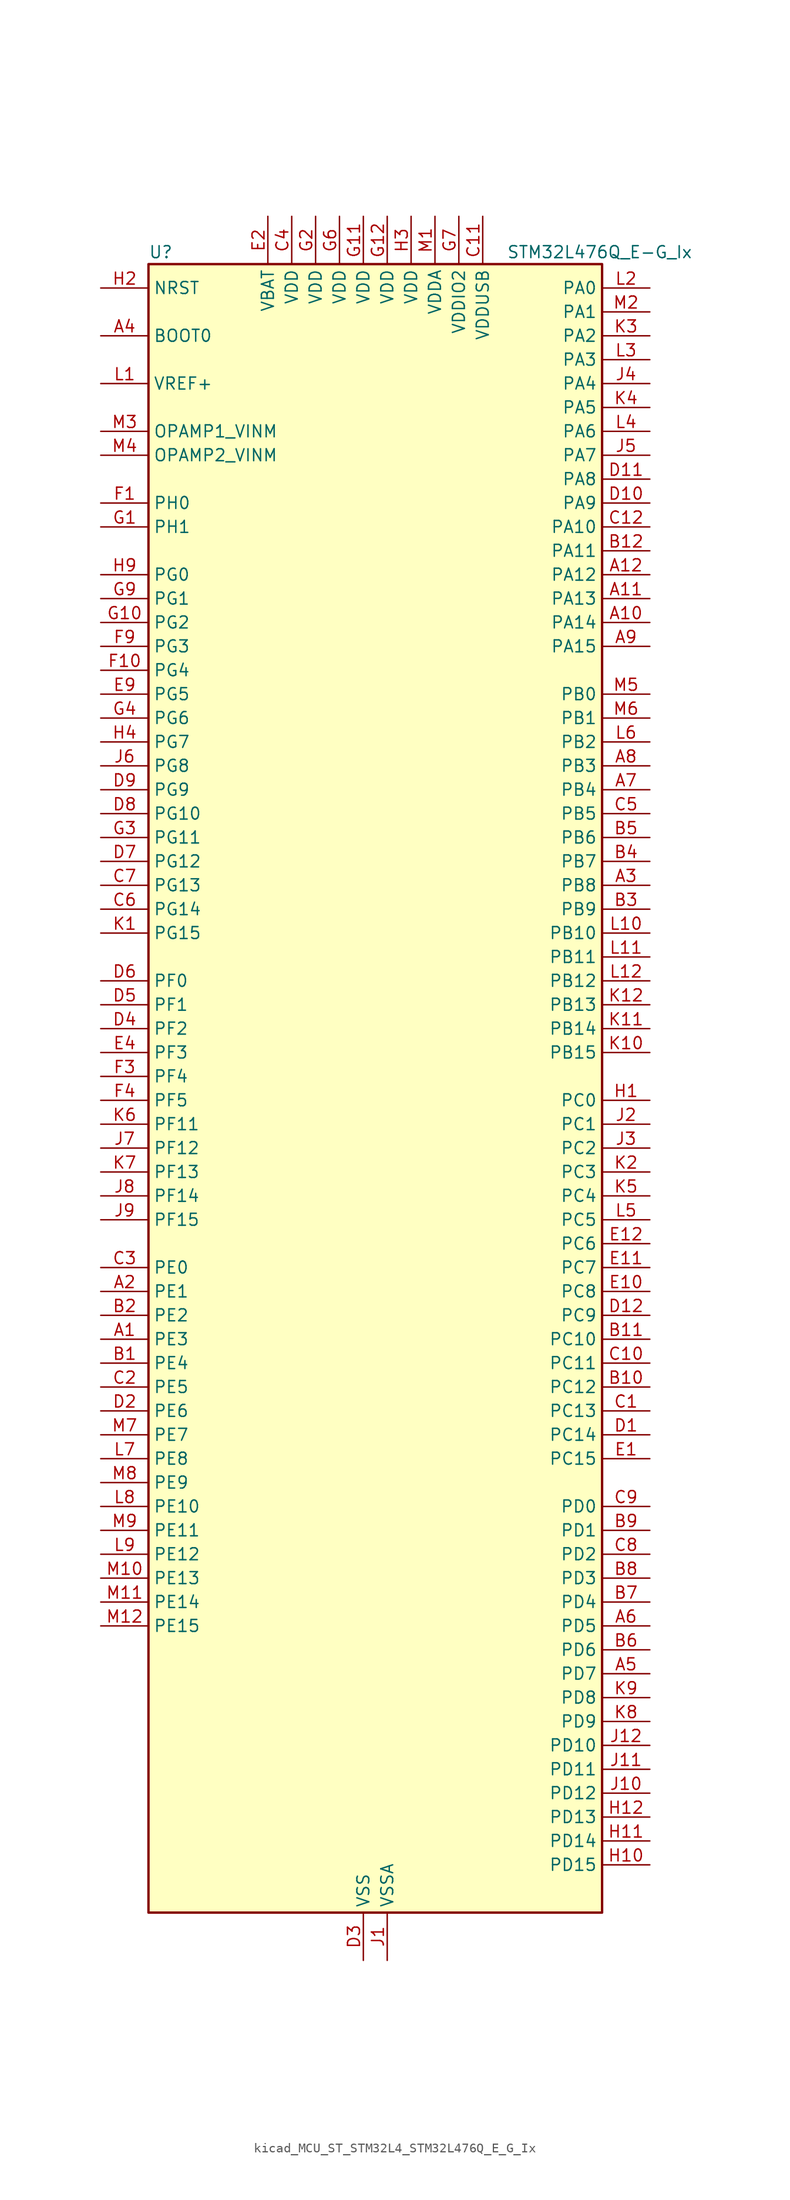
<source format=kicad_sym>
(kicad_symbol_lib
  (version 20220914)
  (generator kicad_symbol_editor)
  (symbol "kicad_MCU_ST_STM32L4_STM32L476Q_E_G_Ix"
    (property "Reference" "U"
      (at -22.86 90.17 0)
      (effects (font (size 1.27 1.27)) (justify left)))
    (property "Value" "STM32L476Q_E-G_Ix"
      (at 15.24 90.17 0)
      (effects (font (size 1.27 1.27)) (justify left)))
    (property "ki_locked" ""
      (at 0 0 0)
      (effects (font (size 1.27 1.27))))
    (symbol "kicad_MCU_ST_STM32L4_STM32L476Q_E_G_Ix_0_1"
      (rectangle (start -22.86 -86.36) (end 25.4 88.9) (stroke (width 0.254) (type default)) (fill (type background))))
    (symbol "kicad_MCU_ST_STM32L4_STM32L476Q_E_G_Ix_1_1"
      (pin bidirectional line (at -27.94 -25.4 0) (length 5.08) (name "PE3" (effects (font (size 1.27 1.27)))) (number "A1" (effects (font (size 1.27 1.27)))) (alternate "FMC_A19" bidirectional line) (alternate "LCD_SEG39" bidirectional line) (alternate "SAI1_SD_B" bidirectional line) (alternate "SYS_TRACED0" bidirectional line) (alternate "TIM3_CH1" bidirectional line) (alternate "TSC_G7_IO2" bidirectional line))
      (pin bidirectional line (at 30.48 50.8 180) (length 5.08) (name "PA14" (effects (font (size 1.27 1.27)))) (number "A10" (effects (font (size 1.27 1.27)))) (alternate "SYS_JTCK-SWCLK" bidirectional line))
      (pin bidirectional line (at 30.48 53.34 180) (length 5.08) (name "PA13" (effects (font (size 1.27 1.27)))) (number "A11" (effects (font (size 1.27 1.27)))) (alternate "IR_OUT" bidirectional line) (alternate "SYS_JTMS-SWDIO" bidirectional line) (alternate "USB_OTG_FS_NOE" bidirectional line))
      (pin bidirectional line (at 30.48 55.88 180) (length 5.08) (name "PA12" (effects (font (size 1.27 1.27)))) (number "A12" (effects (font (size 1.27 1.27)))) (alternate "CAN1_TX" bidirectional line) (alternate "TIM1_ETR" bidirectional line) (alternate "USART1_DE" bidirectional line) (alternate "USART1_RTS" bidirectional line) (alternate "USB_OTG_FS_DP" bidirectional line))
      (pin bidirectional line (at -27.94 -20.32 0) (length 5.08) (name "PE1" (effects (font (size 1.27 1.27)))) (number "A2" (effects (font (size 1.27 1.27)))) (alternate "FMC_NBL1" bidirectional line) (alternate "LCD_SEG37" bidirectional line) (alternate "TIM17_CH1" bidirectional line))
      (pin bidirectional line (at 30.48 22.86 180) (length 5.08) (name "PB8" (effects (font (size 1.27 1.27)))) (number "A3" (effects (font (size 1.27 1.27)))) (alternate "CAN1_RX" bidirectional line) (alternate "DFSDM1_DATIN6" bidirectional line) (alternate "I2C1_SCL" bidirectional line) (alternate "LCD_SEG16" bidirectional line) (alternate "SAI1_MCLK_A" bidirectional line) (alternate "SDMMC1_D4" bidirectional line) (alternate "TIM16_CH1" bidirectional line) (alternate "TIM4_CH3" bidirectional line))
      (pin input line (at -27.94 81.28 0) (length 5.08) (name "BOOT0" (effects (font (size 1.27 1.27)))) (number "A4" (effects (font (size 1.27 1.27)))))
      (pin bidirectional line (at 30.48 -60.96 180) (length 5.08) (name "PD7" (effects (font (size 1.27 1.27)))) (number "A5" (effects (font (size 1.27 1.27)))) (alternate "DFSDM1_CKIN1" bidirectional line) (alternate "FMC_NE1" bidirectional line) (alternate "USART2_CK" bidirectional line))
      (pin bidirectional line (at 30.48 -55.88 180) (length 5.08) (name "PD5" (effects (font (size 1.27 1.27)))) (number "A6" (effects (font (size 1.27 1.27)))) (alternate "FMC_NWE" bidirectional line) (alternate "USART2_TX" bidirectional line))
      (pin bidirectional line (at 30.48 33.02 180) (length 5.08) (name "PB4" (effects (font (size 1.27 1.27)))) (number "A7" (effects (font (size 1.27 1.27)))) (alternate "COMP2_INP" bidirectional line) (alternate "LCD_SEG8" bidirectional line) (alternate "SAI1_MCLK_B" bidirectional line) (alternate "SPI1_MISO" bidirectional line) (alternate "SPI3_MISO" bidirectional line) (alternate "SYS_JTRST" bidirectional line) (alternate "TIM17_BKIN" bidirectional line) (alternate "TIM3_CH1" bidirectional line) (alternate "TSC_G2_IO1" bidirectional line) (alternate "UART5_DE" bidirectional line) (alternate "UART5_RTS" bidirectional line) (alternate "USART1_CTS" bidirectional line))
      (pin bidirectional line (at 30.48 35.56 180) (length 5.08) (name "PB3" (effects (font (size 1.27 1.27)))) (number "A8" (effects (font (size 1.27 1.27)))) (alternate "COMP2_INM" bidirectional line) (alternate "LCD_SEG7" bidirectional line) (alternate "SAI1_SCK_B" bidirectional line) (alternate "SPI1_SCK" bidirectional line) (alternate "SPI3_SCK" bidirectional line) (alternate "SYS_JTDO-SWO" bidirectional line) (alternate "TIM2_CH2" bidirectional line) (alternate "USART1_DE" bidirectional line) (alternate "USART1_RTS" bidirectional line))
      (pin bidirectional line (at 30.48 48.26 180) (length 5.08) (name "PA15" (effects (font (size 1.27 1.27)))) (number "A9" (effects (font (size 1.27 1.27)))) (alternate "ADC1_EXTI15" bidirectional line) (alternate "ADC2_EXTI15" bidirectional line) (alternate "ADC3_EXTI15" bidirectional line) (alternate "LCD_SEG17" bidirectional line) (alternate "SAI2_FS_B" bidirectional line) (alternate "SPI1_NSS" bidirectional line) (alternate "SPI3_NSS" bidirectional line) (alternate "SYS_JTDI" bidirectional line) (alternate "TIM2_CH1" bidirectional line) (alternate "TIM2_ETR" bidirectional line) (alternate "TSC_G3_IO1" bidirectional line) (alternate "UART4_DE" bidirectional line) (alternate "UART4_RTS" bidirectional line))
      (pin bidirectional line (at -27.94 -27.94 0) (length 5.08) (name "PE4" (effects (font (size 1.27 1.27)))) (number "B1" (effects (font (size 1.27 1.27)))) (alternate "DFSDM1_DATIN3" bidirectional line) (alternate "FMC_A20" bidirectional line) (alternate "SAI1_FS_A" bidirectional line) (alternate "SYS_TRACED1" bidirectional line) (alternate "TIM3_CH2" bidirectional line) (alternate "TSC_G7_IO3" bidirectional line))
      (pin bidirectional line (at 30.48 -30.48 180) (length 5.08) (name "PC12" (effects (font (size 1.27 1.27)))) (number "B10" (effects (font (size 1.27 1.27)))) (alternate "LCD_COM6" bidirectional line) (alternate "LCD_SEG30" bidirectional line) (alternate "LCD_SEG42" bidirectional line) (alternate "SAI2_SD_B" bidirectional line) (alternate "SDMMC1_CK" bidirectional line) (alternate "SPI3_MOSI" bidirectional line) (alternate "TSC_G3_IO4" bidirectional line) (alternate "UART5_TX" bidirectional line) (alternate "USART3_CK" bidirectional line))
      (pin bidirectional line (at 30.48 -25.4 180) (length 5.08) (name "PC10" (effects (font (size 1.27 1.27)))) (number "B11" (effects (font (size 1.27 1.27)))) (alternate "LCD_COM4" bidirectional line) (alternate "LCD_SEG28" bidirectional line) (alternate "LCD_SEG40" bidirectional line) (alternate "SAI2_SCK_B" bidirectional line) (alternate "SDMMC1_D2" bidirectional line) (alternate "SPI3_SCK" bidirectional line) (alternate "TSC_G3_IO2" bidirectional line) (alternate "UART4_TX" bidirectional line) (alternate "USART3_TX" bidirectional line))
      (pin bidirectional line (at 30.48 58.42 180) (length 5.08) (name "PA11" (effects (font (size 1.27 1.27)))) (number "B12" (effects (font (size 1.27 1.27)))) (alternate "ADC1_EXTI11" bidirectional line) (alternate "ADC2_EXTI11" bidirectional line) (alternate "ADC3_EXTI11" bidirectional line) (alternate "CAN1_RX" bidirectional line) (alternate "TIM1_BKIN2" bidirectional line) (alternate "TIM1_BKIN2_COMP1" bidirectional line) (alternate "TIM1_CH4" bidirectional line) (alternate "USART1_CTS" bidirectional line) (alternate "USB_OTG_FS_DM" bidirectional line))
      (pin bidirectional line (at -27.94 -22.86 0) (length 5.08) (name "PE2" (effects (font (size 1.27 1.27)))) (number "B2" (effects (font (size 1.27 1.27)))) (alternate "FMC_A23" bidirectional line) (alternate "LCD_SEG38" bidirectional line) (alternate "SAI1_MCLK_A" bidirectional line) (alternate "SYS_TRACECLK" bidirectional line) (alternate "TIM3_ETR" bidirectional line) (alternate "TSC_G7_IO1" bidirectional line))
      (pin bidirectional line (at 30.48 20.32 180) (length 5.08) (name "PB9" (effects (font (size 1.27 1.27)))) (number "B3" (effects (font (size 1.27 1.27)))) (alternate "CAN1_TX" bidirectional line) (alternate "DAC1_EXTI9" bidirectional line) (alternate "DFSDM1_CKIN6" bidirectional line) (alternate "I2C1_SDA" bidirectional line) (alternate "IR_OUT" bidirectional line) (alternate "LCD_COM3" bidirectional line) (alternate "SAI1_FS_A" bidirectional line) (alternate "SDMMC1_D5" bidirectional line) (alternate "SPI2_NSS" bidirectional line) (alternate "TIM17_CH1" bidirectional line) (alternate "TIM4_CH4" bidirectional line))
      (pin bidirectional line (at 30.48 25.4 180) (length 5.08) (name "PB7" (effects (font (size 1.27 1.27)))) (number "B4" (effects (font (size 1.27 1.27)))) (alternate "COMP2_INM" bidirectional line) (alternate "DFSDM1_CKIN5" bidirectional line) (alternate "FMC_NL" bidirectional line) (alternate "I2C1_SDA" bidirectional line) (alternate "LCD_SEG21" bidirectional line) (alternate "LPTIM1_IN2" bidirectional line) (alternate "SYS_PVD_IN" bidirectional line) (alternate "TIM17_CH1N" bidirectional line) (alternate "TIM4_CH2" bidirectional line) (alternate "TIM8_BKIN" bidirectional line) (alternate "TIM8_BKIN_COMP1" bidirectional line) (alternate "TSC_G2_IO4" bidirectional line) (alternate "UART4_CTS" bidirectional line) (alternate "USART1_RX" bidirectional line))
      (pin bidirectional line (at 30.48 27.94 180) (length 5.08) (name "PB6" (effects (font (size 1.27 1.27)))) (number "B5" (effects (font (size 1.27 1.27)))) (alternate "COMP2_INP" bidirectional line) (alternate "DFSDM1_DATIN5" bidirectional line) (alternate "I2C1_SCL" bidirectional line) (alternate "LPTIM1_ETR" bidirectional line) (alternate "SAI1_FS_B" bidirectional line) (alternate "TIM16_CH1N" bidirectional line) (alternate "TIM4_CH1" bidirectional line) (alternate "TIM8_BKIN2" bidirectional line) (alternate "TIM8_BKIN2_COMP2" bidirectional line) (alternate "TSC_G2_IO3" bidirectional line) (alternate "USART1_TX" bidirectional line))
      (pin bidirectional line (at 30.48 -58.42 180) (length 5.08) (name "PD6" (effects (font (size 1.27 1.27)))) (number "B6" (effects (font (size 1.27 1.27)))) (alternate "DFSDM1_DATIN1" bidirectional line) (alternate "FMC_NWAIT" bidirectional line) (alternate "SAI1_SD_A" bidirectional line) (alternate "USART2_RX" bidirectional line))
      (pin bidirectional line (at 30.48 -53.34 180) (length 5.08) (name "PD4" (effects (font (size 1.27 1.27)))) (number "B7" (effects (font (size 1.27 1.27)))) (alternate "DFSDM1_CKIN0" bidirectional line) (alternate "FMC_NOE" bidirectional line) (alternate "SPI2_MOSI" bidirectional line) (alternate "USART2_DE" bidirectional line) (alternate "USART2_RTS" bidirectional line))
      (pin bidirectional line (at 30.48 -50.8 180) (length 5.08) (name "PD3" (effects (font (size 1.27 1.27)))) (number "B8" (effects (font (size 1.27 1.27)))) (alternate "DFSDM1_DATIN0" bidirectional line) (alternate "FMC_CLK" bidirectional line) (alternate "SPI2_MISO" bidirectional line) (alternate "USART2_CTS" bidirectional line))
      (pin bidirectional line (at 30.48 -45.72 180) (length 5.08) (name "PD1" (effects (font (size 1.27 1.27)))) (number "B9" (effects (font (size 1.27 1.27)))) (alternate "CAN1_TX" bidirectional line) (alternate "DFSDM1_CKIN7" bidirectional line) (alternate "FMC_D3" bidirectional line) (alternate "FMC_DA3" bidirectional line) (alternate "SPI2_SCK" bidirectional line))
      (pin bidirectional line (at 30.48 -33.02 180) (length 5.08) (name "PC13" (effects (font (size 1.27 1.27)))) (number "C1" (effects (font (size 1.27 1.27)))) (alternate "RTC_OUT_ALARM" bidirectional line) (alternate "RTC_OUT_CALIB" bidirectional line) (alternate "RTC_TAMP1" bidirectional line) (alternate "RTC_TS" bidirectional line) (alternate "SYS_WKUP2" bidirectional line))
      (pin bidirectional line (at 30.48 -27.94 180) (length 5.08) (name "PC11" (effects (font (size 1.27 1.27)))) (number "C10" (effects (font (size 1.27 1.27)))) (alternate "ADC1_EXTI11" bidirectional line) (alternate "ADC2_EXTI11" bidirectional line) (alternate "ADC3_EXTI11" bidirectional line) (alternate "LCD_COM5" bidirectional line) (alternate "LCD_SEG29" bidirectional line) (alternate "LCD_SEG41" bidirectional line) (alternate "SAI2_MCLK_B" bidirectional line) (alternate "SDMMC1_D3" bidirectional line) (alternate "SPI3_MISO" bidirectional line) (alternate "TSC_G3_IO3" bidirectional line) (alternate "UART4_RX" bidirectional line) (alternate "USART3_RX" bidirectional line))
      (pin power_in line (at 12.7 93.98 270) (length 5.08) (name "VDDUSB" (effects (font (size 1.27 1.27)))) (number "C11" (effects (font (size 1.27 1.27)))))
      (pin bidirectional line (at 30.48 60.96 180) (length 5.08) (name "PA10" (effects (font (size 1.27 1.27)))) (number "C12" (effects (font (size 1.27 1.27)))) (alternate "LCD_COM2" bidirectional line) (alternate "TIM17_BKIN" bidirectional line) (alternate "TIM1_CH3" bidirectional line) (alternate "USART1_RX" bidirectional line) (alternate "USB_OTG_FS_ID" bidirectional line))
      (pin bidirectional line (at -27.94 -30.48 0) (length 5.08) (name "PE5" (effects (font (size 1.27 1.27)))) (number "C2" (effects (font (size 1.27 1.27)))) (alternate "DFSDM1_CKIN3" bidirectional line) (alternate "FMC_A21" bidirectional line) (alternate "SAI1_SCK_A" bidirectional line) (alternate "SYS_TRACED2" bidirectional line) (alternate "TIM3_CH3" bidirectional line) (alternate "TSC_G7_IO4" bidirectional line))
      (pin bidirectional line (at -27.94 -17.78 0) (length 5.08) (name "PE0" (effects (font (size 1.27 1.27)))) (number "C3" (effects (font (size 1.27 1.27)))) (alternate "FMC_NBL0" bidirectional line) (alternate "LCD_SEG36" bidirectional line) (alternate "TIM16_CH1" bidirectional line) (alternate "TIM4_ETR" bidirectional line))
      (pin power_in line (at -7.62 93.98 270) (length 5.08) (name "VDD" (effects (font (size 1.27 1.27)))) (number "C4" (effects (font (size 1.27 1.27)))))
      (pin bidirectional line (at 30.48 30.48 180) (length 5.08) (name "PB5" (effects (font (size 1.27 1.27)))) (number "C5" (effects (font (size 1.27 1.27)))) (alternate "COMP2_OUT" bidirectional line) (alternate "I2C1_SMBA" bidirectional line) (alternate "LCD_SEG9" bidirectional line) (alternate "LPTIM1_IN1" bidirectional line) (alternate "SAI1_SD_B" bidirectional line) (alternate "SPI1_MOSI" bidirectional line) (alternate "SPI3_MOSI" bidirectional line) (alternate "TIM16_BKIN" bidirectional line) (alternate "TIM3_CH2" bidirectional line) (alternate "TSC_G2_IO2" bidirectional line) (alternate "UART5_CTS" bidirectional line) (alternate "USART1_CK" bidirectional line))
      (pin bidirectional line (at -27.94 20.32 0) (length 5.08) (name "PG14" (effects (font (size 1.27 1.27)))) (number "C6" (effects (font (size 1.27 1.27)))) (alternate "FMC_A25" bidirectional line) (alternate "I2C1_SCL" bidirectional line))
      (pin bidirectional line (at -27.94 22.86 0) (length 5.08) (name "PG13" (effects (font (size 1.27 1.27)))) (number "C7" (effects (font (size 1.27 1.27)))) (alternate "FMC_A24" bidirectional line) (alternate "I2C1_SDA" bidirectional line) (alternate "USART1_CK" bidirectional line))
      (pin bidirectional line (at 30.48 -48.26 180) (length 5.08) (name "PD2" (effects (font (size 1.27 1.27)))) (number "C8" (effects (font (size 1.27 1.27)))) (alternate "LCD_COM7" bidirectional line) (alternate "LCD_SEG31" bidirectional line) (alternate "LCD_SEG43" bidirectional line) (alternate "SDMMC1_CMD" bidirectional line) (alternate "TIM3_ETR" bidirectional line) (alternate "TSC_SYNC" bidirectional line) (alternate "UART5_RX" bidirectional line) (alternate "USART3_DE" bidirectional line) (alternate "USART3_RTS" bidirectional line))
      (pin bidirectional line (at 30.48 -43.18 180) (length 5.08) (name "PD0" (effects (font (size 1.27 1.27)))) (number "C9" (effects (font (size 1.27 1.27)))) (alternate "CAN1_RX" bidirectional line) (alternate "DFSDM1_DATIN7" bidirectional line) (alternate "FMC_D2" bidirectional line) (alternate "FMC_DA2" bidirectional line) (alternate "SPI2_NSS" bidirectional line))
      (pin bidirectional line (at 30.48 -35.56 180) (length 5.08) (name "PC14" (effects (font (size 1.27 1.27)))) (number "D1" (effects (font (size 1.27 1.27)))) (alternate "RCC_OSC32_IN" bidirectional line))
      (pin bidirectional line (at 30.48 63.5 180) (length 5.08) (name "PA9" (effects (font (size 1.27 1.27)))) (number "D10" (effects (font (size 1.27 1.27)))) (alternate "DAC1_EXTI9" bidirectional line) (alternate "LCD_COM1" bidirectional line) (alternate "TIM15_BKIN" bidirectional line) (alternate "TIM1_CH2" bidirectional line) (alternate "USART1_TX" bidirectional line) (alternate "USB_OTG_FS_VBUS" bidirectional line))
      (pin bidirectional line (at 30.48 66.04 180) (length 5.08) (name "PA8" (effects (font (size 1.27 1.27)))) (number "D11" (effects (font (size 1.27 1.27)))) (alternate "LCD_COM0" bidirectional line) (alternate "LPTIM2_OUT" bidirectional line) (alternate "RCC_MCO" bidirectional line) (alternate "TIM1_CH1" bidirectional line) (alternate "USART1_CK" bidirectional line) (alternate "USB_OTG_FS_SOF" bidirectional line))
      (pin bidirectional line (at 30.48 -22.86 180) (length 5.08) (name "PC9" (effects (font (size 1.27 1.27)))) (number "D12" (effects (font (size 1.27 1.27)))) (alternate "DAC1_EXTI9" bidirectional line) (alternate "LCD_SEG27" bidirectional line) (alternate "SAI2_EXTCLK" bidirectional line) (alternate "SDMMC1_D1" bidirectional line) (alternate "TIM3_CH4" bidirectional line) (alternate "TIM8_BKIN2" bidirectional line) (alternate "TIM8_BKIN2_COMP1" bidirectional line) (alternate "TIM8_CH4" bidirectional line) (alternate "TSC_G4_IO4" bidirectional line) (alternate "USB_OTG_FS_NOE" bidirectional line))
      (pin bidirectional line (at -27.94 -33.02 0) (length 5.08) (name "PE6" (effects (font (size 1.27 1.27)))) (number "D2" (effects (font (size 1.27 1.27)))) (alternate "FMC_A22" bidirectional line) (alternate "RTC_TAMP3" bidirectional line) (alternate "SAI1_SD_A" bidirectional line) (alternate "SYS_TRACED3" bidirectional line) (alternate "SYS_WKUP3" bidirectional line) (alternate "TIM3_CH4" bidirectional line))
      (pin power_in line (at 0 -91.44 90) (length 5.08) (name "VSS" (effects (font (size 1.27 1.27)))) (number "D3" (effects (font (size 1.27 1.27)))))
      (pin bidirectional line (at -27.94 7.62 0) (length 5.08) (name "PF2" (effects (font (size 1.27 1.27)))) (number "D4" (effects (font (size 1.27 1.27)))) (alternate "FMC_A2" bidirectional line) (alternate "I2C2_SMBA" bidirectional line))
      (pin bidirectional line (at -27.94 10.16 0) (length 5.08) (name "PF1" (effects (font (size 1.27 1.27)))) (number "D5" (effects (font (size 1.27 1.27)))) (alternate "FMC_A1" bidirectional line) (alternate "I2C2_SCL" bidirectional line))
      (pin bidirectional line (at -27.94 12.7 0) (length 5.08) (name "PF0" (effects (font (size 1.27 1.27)))) (number "D6" (effects (font (size 1.27 1.27)))) (alternate "FMC_A0" bidirectional line) (alternate "I2C2_SDA" bidirectional line))
      (pin bidirectional line (at -27.94 25.4 0) (length 5.08) (name "PG12" (effects (font (size 1.27 1.27)))) (number "D7" (effects (font (size 1.27 1.27)))) (alternate "FMC_NE4" bidirectional line) (alternate "LPTIM1_ETR" bidirectional line) (alternate "SAI2_SD_A" bidirectional line) (alternate "SPI3_NSS" bidirectional line) (alternate "USART1_DE" bidirectional line) (alternate "USART1_RTS" bidirectional line))
      (pin bidirectional line (at -27.94 30.48 0) (length 5.08) (name "PG10" (effects (font (size 1.27 1.27)))) (number "D8" (effects (font (size 1.27 1.27)))) (alternate "FMC_NE3" bidirectional line) (alternate "LPTIM1_IN1" bidirectional line) (alternate "SAI2_FS_A" bidirectional line) (alternate "SPI3_MISO" bidirectional line) (alternate "TIM15_CH1" bidirectional line) (alternate "USART1_RX" bidirectional line))
      (pin bidirectional line (at -27.94 33.02 0) (length 5.08) (name "PG9" (effects (font (size 1.27 1.27)))) (number "D9" (effects (font (size 1.27 1.27)))) (alternate "DAC1_EXTI9" bidirectional line) (alternate "FMC_NCE3" bidirectional line) (alternate "FMC_NE2" bidirectional line) (alternate "SAI2_SCK_A" bidirectional line) (alternate "SPI3_SCK" bidirectional line) (alternate "TIM15_CH1N" bidirectional line) (alternate "USART1_TX" bidirectional line))
      (pin bidirectional line (at 30.48 -38.1 180) (length 5.08) (name "PC15" (effects (font (size 1.27 1.27)))) (number "E1" (effects (font (size 1.27 1.27)))) (alternate "ADC1_EXTI15" bidirectional line) (alternate "ADC2_EXTI15" bidirectional line) (alternate "ADC3_EXTI15" bidirectional line) (alternate "RCC_OSC32_OUT" bidirectional line))
      (pin bidirectional line (at 30.48 -20.32 180) (length 5.08) (name "PC8" (effects (font (size 1.27 1.27)))) (number "E10" (effects (font (size 1.27 1.27)))) (alternate "LCD_SEG26" bidirectional line) (alternate "SDMMC1_D0" bidirectional line) (alternate "TIM3_CH3" bidirectional line) (alternate "TIM8_CH3" bidirectional line) (alternate "TSC_G4_IO3" bidirectional line))
      (pin bidirectional line (at 30.48 -17.78 180) (length 5.08) (name "PC7" (effects (font (size 1.27 1.27)))) (number "E11" (effects (font (size 1.27 1.27)))) (alternate "DFSDM1_DATIN3" bidirectional line) (alternate "LCD_SEG25" bidirectional line) (alternate "SAI2_MCLK_B" bidirectional line) (alternate "SDMMC1_D7" bidirectional line) (alternate "TIM3_CH2" bidirectional line) (alternate "TIM8_CH2" bidirectional line) (alternate "TSC_G4_IO2" bidirectional line))
      (pin bidirectional line (at 30.48 -15.24 180) (length 5.08) (name "PC6" (effects (font (size 1.27 1.27)))) (number "E12" (effects (font (size 1.27 1.27)))) (alternate "DFSDM1_CKIN3" bidirectional line) (alternate "LCD_SEG24" bidirectional line) (alternate "SAI2_MCLK_A" bidirectional line) (alternate "SDMMC1_D6" bidirectional line) (alternate "TIM3_CH1" bidirectional line) (alternate "TIM8_CH1" bidirectional line) (alternate "TSC_G4_IO1" bidirectional line))
      (pin power_in line (at -10.16 93.98 270) (length 5.08) (name "VBAT" (effects (font (size 1.27 1.27)))) (number "E2" (effects (font (size 1.27 1.27)))))
      (pin passive line (at 0 -91.44 90) (length 5.08) hide (name "VSS" (effects (font (size 1.27 1.27)))) (number "E3" (effects (font (size 1.27 1.27)))))
      (pin bidirectional line (at -27.94 5.08 0) (length 5.08) (name "PF3" (effects (font (size 1.27 1.27)))) (number "E4" (effects (font (size 1.27 1.27)))) (alternate "ADC3_IN6" bidirectional line) (alternate "FMC_A3" bidirectional line))
      (pin bidirectional line (at -27.94 43.18 0) (length 5.08) (name "PG5" (effects (font (size 1.27 1.27)))) (number "E9" (effects (font (size 1.27 1.27)))) (alternate "FMC_A15" bidirectional line) (alternate "LPUART1_CTS" bidirectional line) (alternate "SAI2_SD_B" bidirectional line) (alternate "SPI1_NSS" bidirectional line))
      (pin bidirectional line (at -27.94 63.5 0) (length 5.08) (name "PH0" (effects (font (size 1.27 1.27)))) (number "F1" (effects (font (size 1.27 1.27)))) (alternate "RCC_OSC_IN" bidirectional line))
      (pin bidirectional line (at -27.94 45.72 0) (length 5.08) (name "PG4" (effects (font (size 1.27 1.27)))) (number "F10" (effects (font (size 1.27 1.27)))) (alternate "FMC_A14" bidirectional line) (alternate "SAI2_MCLK_B" bidirectional line) (alternate "SPI1_MOSI" bidirectional line))
      (pin passive line (at 0 -91.44 90) (length 5.08) hide (name "VSS" (effects (font (size 1.27 1.27)))) (number "F11" (effects (font (size 1.27 1.27)))))
      (pin passive line (at 0 -91.44 90) (length 5.08) hide (name "VSS" (effects (font (size 1.27 1.27)))) (number "F12" (effects (font (size 1.27 1.27)))))
      (pin passive line (at 0 -91.44 90) (length 5.08) hide (name "VSS" (effects (font (size 1.27 1.27)))) (number "F2" (effects (font (size 1.27 1.27)))))
      (pin bidirectional line (at -27.94 2.54 0) (length 5.08) (name "PF4" (effects (font (size 1.27 1.27)))) (number "F3" (effects (font (size 1.27 1.27)))) (alternate "ADC3_IN7" bidirectional line) (alternate "FMC_A4" bidirectional line))
      (pin bidirectional line (at -27.94 0 0) (length 5.08) (name "PF5" (effects (font (size 1.27 1.27)))) (number "F4" (effects (font (size 1.27 1.27)))) (alternate "ADC3_IN8" bidirectional line) (alternate "FMC_A5" bidirectional line))
      (pin passive line (at 0 -91.44 90) (length 5.08) hide (name "VSS" (effects (font (size 1.27 1.27)))) (number "F6" (effects (font (size 1.27 1.27)))))
      (pin passive line (at 0 -91.44 90) (length 5.08) hide (name "VSS" (effects (font (size 1.27 1.27)))) (number "F7" (effects (font (size 1.27 1.27)))))
      (pin bidirectional line (at -27.94 48.26 0) (length 5.08) (name "PG3" (effects (font (size 1.27 1.27)))) (number "F9" (effects (font (size 1.27 1.27)))) (alternate "FMC_A13" bidirectional line) (alternate "SAI2_FS_B" bidirectional line) (alternate "SPI1_MISO" bidirectional line))
      (pin bidirectional line (at -27.94 60.96 0) (length 5.08) (name "PH1" (effects (font (size 1.27 1.27)))) (number "G1" (effects (font (size 1.27 1.27)))) (alternate "RCC_OSC_OUT" bidirectional line))
      (pin bidirectional line (at -27.94 50.8 0) (length 5.08) (name "PG2" (effects (font (size 1.27 1.27)))) (number "G10" (effects (font (size 1.27 1.27)))) (alternate "FMC_A12" bidirectional line) (alternate "SAI2_SCK_B" bidirectional line) (alternate "SPI1_SCK" bidirectional line))
      (pin power_in line (at 0 93.98 270) (length 5.08) (name "VDD" (effects (font (size 1.27 1.27)))) (number "G11" (effects (font (size 1.27 1.27)))))
      (pin power_in line (at 2.54 93.98 270) (length 5.08) (name "VDD" (effects (font (size 1.27 1.27)))) (number "G12" (effects (font (size 1.27 1.27)))))
      (pin power_in line (at -5.08 93.98 270) (length 5.08) (name "VDD" (effects (font (size 1.27 1.27)))) (number "G2" (effects (font (size 1.27 1.27)))))
      (pin bidirectional line (at -27.94 27.94 0) (length 5.08) (name "PG11" (effects (font (size 1.27 1.27)))) (number "G3" (effects (font (size 1.27 1.27)))) (alternate "ADC1_EXTI11" bidirectional line) (alternate "ADC2_EXTI11" bidirectional line) (alternate "ADC3_EXTI11" bidirectional line) (alternate "LPTIM1_IN2" bidirectional line) (alternate "SAI2_MCLK_A" bidirectional line) (alternate "SPI3_MOSI" bidirectional line) (alternate "TIM15_CH2" bidirectional line) (alternate "USART1_CTS" bidirectional line))
      (pin bidirectional line (at -27.94 40.64 0) (length 5.08) (name "PG6" (effects (font (size 1.27 1.27)))) (number "G4" (effects (font (size 1.27 1.27)))) (alternate "I2C3_SMBA" bidirectional line) (alternate "LPUART1_DE" bidirectional line) (alternate "LPUART1_RTS" bidirectional line))
      (pin power_in line (at -2.54 93.98 270) (length 5.08) (name "VDD" (effects (font (size 1.27 1.27)))) (number "G6" (effects (font (size 1.27 1.27)))))
      (pin power_in line (at 10.16 93.98 270) (length 5.08) (name "VDDIO2" (effects (font (size 1.27 1.27)))) (number "G7" (effects (font (size 1.27 1.27)))))
      (pin bidirectional line (at -27.94 53.34 0) (length 5.08) (name "PG1" (effects (font (size 1.27 1.27)))) (number "G9" (effects (font (size 1.27 1.27)))) (alternate "FMC_A11" bidirectional line) (alternate "TSC_G8_IO4" bidirectional line))
      (pin bidirectional line (at 30.48 0 180) (length 5.08) (name "PC0" (effects (font (size 1.27 1.27)))) (number "H1" (effects (font (size 1.27 1.27)))) (alternate "ADC1_IN1" bidirectional line) (alternate "ADC2_IN1" bidirectional line) (alternate "ADC3_IN1" bidirectional line) (alternate "DFSDM1_DATIN4" bidirectional line) (alternate "I2C3_SCL" bidirectional line) (alternate "LCD_SEG18" bidirectional line) (alternate "LPTIM1_IN1" bidirectional line) (alternate "LPTIM2_IN1" bidirectional line) (alternate "LPUART1_RX" bidirectional line))
      (pin bidirectional line (at 30.48 -81.28 180) (length 5.08) (name "PD15" (effects (font (size 1.27 1.27)))) (number "H10" (effects (font (size 1.27 1.27)))) (alternate "ADC1_EXTI15" bidirectional line) (alternate "ADC2_EXTI15" bidirectional line) (alternate "ADC3_EXTI15" bidirectional line) (alternate "FMC_D1" bidirectional line) (alternate "FMC_DA1" bidirectional line) (alternate "LCD_SEG35" bidirectional line) (alternate "TIM4_CH4" bidirectional line))
      (pin bidirectional line (at 30.48 -78.74 180) (length 5.08) (name "PD14" (effects (font (size 1.27 1.27)))) (number "H11" (effects (font (size 1.27 1.27)))) (alternate "FMC_D0" bidirectional line) (alternate "FMC_DA0" bidirectional line) (alternate "LCD_SEG34" bidirectional line) (alternate "TIM4_CH3" bidirectional line))
      (pin bidirectional line (at 30.48 -76.2 180) (length 5.08) (name "PD13" (effects (font (size 1.27 1.27)))) (number "H12" (effects (font (size 1.27 1.27)))) (alternate "FMC_A18" bidirectional line) (alternate "LCD_SEG33" bidirectional line) (alternate "LPTIM2_OUT" bidirectional line) (alternate "TIM4_CH2" bidirectional line) (alternate "TSC_G6_IO4" bidirectional line))
      (pin input line (at -27.94 86.36 0) (length 5.08) (name "NRST" (effects (font (size 1.27 1.27)))) (number "H2" (effects (font (size 1.27 1.27)))))
      (pin power_in line (at 5.08 93.98 270) (length 5.08) (name "VDD" (effects (font (size 1.27 1.27)))) (number "H3" (effects (font (size 1.27 1.27)))))
      (pin bidirectional line (at -27.94 38.1 0) (length 5.08) (name "PG7" (effects (font (size 1.27 1.27)))) (number "H4" (effects (font (size 1.27 1.27)))) (alternate "FMC_INT3" bidirectional line) (alternate "I2C3_SCL" bidirectional line) (alternate "LPUART1_TX" bidirectional line))
      (pin bidirectional line (at -27.94 55.88 0) (length 5.08) (name "PG0" (effects (font (size 1.27 1.27)))) (number "H9" (effects (font (size 1.27 1.27)))) (alternate "FMC_A10" bidirectional line) (alternate "TSC_G8_IO3" bidirectional line))
      (pin power_in line (at 2.54 -91.44 90) (length 5.08) (name "VSSA" (effects (font (size 1.27 1.27)))) (number "J1" (effects (font (size 1.27 1.27)))))
      (pin bidirectional line (at 30.48 -73.66 180) (length 5.08) (name "PD12" (effects (font (size 1.27 1.27)))) (number "J10" (effects (font (size 1.27 1.27)))) (alternate "FMC_A17" bidirectional line) (alternate "FMC_ALE" bidirectional line) (alternate "LCD_SEG32" bidirectional line) (alternate "LPTIM2_IN1" bidirectional line) (alternate "SAI2_FS_A" bidirectional line) (alternate "TIM4_CH1" bidirectional line) (alternate "TSC_G6_IO3" bidirectional line) (alternate "USART3_DE" bidirectional line) (alternate "USART3_RTS" bidirectional line))
      (pin bidirectional line (at 30.48 -71.12 180) (length 5.08) (name "PD11" (effects (font (size 1.27 1.27)))) (number "J11" (effects (font (size 1.27 1.27)))) (alternate "ADC1_EXTI11" bidirectional line) (alternate "ADC2_EXTI11" bidirectional line) (alternate "ADC3_EXTI11" bidirectional line) (alternate "FMC_A16" bidirectional line) (alternate "FMC_CLE" bidirectional line) (alternate "LCD_SEG31" bidirectional line) (alternate "LPTIM2_ETR" bidirectional line) (alternate "SAI2_SD_A" bidirectional line) (alternate "TSC_G6_IO2" bidirectional line) (alternate "USART3_CTS" bidirectional line))
      (pin bidirectional line (at 30.48 -68.58 180) (length 5.08) (name "PD10" (effects (font (size 1.27 1.27)))) (number "J12" (effects (font (size 1.27 1.27)))) (alternate "FMC_D15" bidirectional line) (alternate "FMC_DA15" bidirectional line) (alternate "LCD_SEG30" bidirectional line) (alternate "SAI2_SCK_A" bidirectional line) (alternate "TSC_G6_IO1" bidirectional line) (alternate "USART3_CK" bidirectional line))
      (pin bidirectional line (at 30.48 -2.54 180) (length 5.08) (name "PC1" (effects (font (size 1.27 1.27)))) (number "J2" (effects (font (size 1.27 1.27)))) (alternate "ADC1_IN2" bidirectional line) (alternate "ADC2_IN2" bidirectional line) (alternate "ADC3_IN2" bidirectional line) (alternate "DFSDM1_CKIN4" bidirectional line) (alternate "I2C3_SDA" bidirectional line) (alternate "LCD_SEG19" bidirectional line) (alternate "LPTIM1_OUT" bidirectional line) (alternate "LPUART1_TX" bidirectional line))
      (pin bidirectional line (at 30.48 -5.08 180) (length 5.08) (name "PC2" (effects (font (size 1.27 1.27)))) (number "J3" (effects (font (size 1.27 1.27)))) (alternate "ADC1_IN3" bidirectional line) (alternate "ADC2_IN3" bidirectional line) (alternate "ADC3_IN3" bidirectional line) (alternate "DFSDM1_CKOUT" bidirectional line) (alternate "LCD_SEG20" bidirectional line) (alternate "LPTIM1_IN2" bidirectional line) (alternate "SPI2_MISO" bidirectional line))
      (pin bidirectional line (at 30.48 76.2 180) (length 5.08) (name "PA4" (effects (font (size 1.27 1.27)))) (number "J4" (effects (font (size 1.27 1.27)))) (alternate "ADC1_IN9" bidirectional line) (alternate "ADC2_IN9" bidirectional line) (alternate "DAC1_OUT1" bidirectional line) (alternate "LPTIM2_OUT" bidirectional line) (alternate "SAI1_FS_B" bidirectional line) (alternate "SPI1_NSS" bidirectional line) (alternate "SPI3_NSS" bidirectional line) (alternate "USART2_CK" bidirectional line))
      (pin bidirectional line (at 30.48 68.58 180) (length 5.08) (name "PA7" (effects (font (size 1.27 1.27)))) (number "J5" (effects (font (size 1.27 1.27)))) (alternate "ADC1_IN12" bidirectional line) (alternate "ADC2_IN12" bidirectional line) (alternate "LCD_SEG4" bidirectional line) (alternate "OPAMP2_VINM" bidirectional line) (alternate "QUADSPI_BK1_IO2" bidirectional line) (alternate "SPI1_MOSI" bidirectional line) (alternate "TIM17_CH1" bidirectional line) (alternate "TIM1_CH1N" bidirectional line) (alternate "TIM3_CH2" bidirectional line) (alternate "TIM8_CH1N" bidirectional line))
      (pin bidirectional line (at -27.94 35.56 0) (length 5.08) (name "PG8" (effects (font (size 1.27 1.27)))) (number "J6" (effects (font (size 1.27 1.27)))) (alternate "I2C3_SDA" bidirectional line) (alternate "LPUART1_RX" bidirectional line))
      (pin bidirectional line (at -27.94 -5.08 0) (length 5.08) (name "PF12" (effects (font (size 1.27 1.27)))) (number "J7" (effects (font (size 1.27 1.27)))) (alternate "FMC_A6" bidirectional line))
      (pin bidirectional line (at -27.94 -10.16 0) (length 5.08) (name "PF14" (effects (font (size 1.27 1.27)))) (number "J8" (effects (font (size 1.27 1.27)))) (alternate "DFSDM1_CKIN6" bidirectional line) (alternate "FMC_A8" bidirectional line) (alternate "TSC_G8_IO1" bidirectional line))
      (pin bidirectional line (at -27.94 -12.7 0) (length 5.08) (name "PF15" (effects (font (size 1.27 1.27)))) (number "J9" (effects (font (size 1.27 1.27)))) (alternate "ADC1_EXTI15" bidirectional line) (alternate "ADC2_EXTI15" bidirectional line) (alternate "ADC3_EXTI15" bidirectional line) (alternate "FMC_A9" bidirectional line) (alternate "TSC_G8_IO2" bidirectional line))
      (pin bidirectional line (at -27.94 17.78 0) (length 5.08) (name "PG15" (effects (font (size 1.27 1.27)))) (number "K1" (effects (font (size 1.27 1.27)))) (alternate "ADC1_EXTI15" bidirectional line) (alternate "ADC2_EXTI15" bidirectional line) (alternate "ADC3_EXTI15" bidirectional line) (alternate "I2C1_SMBA" bidirectional line) (alternate "LPTIM1_OUT" bidirectional line))
      (pin bidirectional line (at 30.48 5.08 180) (length 5.08) (name "PB15" (effects (font (size 1.27 1.27)))) (number "K10" (effects (font (size 1.27 1.27)))) (alternate "ADC1_EXTI15" bidirectional line) (alternate "ADC2_EXTI15" bidirectional line) (alternate "ADC3_EXTI15" bidirectional line) (alternate "DFSDM1_CKIN2" bidirectional line) (alternate "LCD_SEG15" bidirectional line) (alternate "RTC_REFIN" bidirectional line) (alternate "SAI2_SD_A" bidirectional line) (alternate "SPI2_MOSI" bidirectional line) (alternate "SWPMI1_SUSPEND" bidirectional line) (alternate "TIM15_CH2" bidirectional line) (alternate "TIM1_CH3N" bidirectional line) (alternate "TIM8_CH3N" bidirectional line) (alternate "TSC_G1_IO4" bidirectional line))
      (pin bidirectional line (at 30.48 7.62 180) (length 5.08) (name "PB14" (effects (font (size 1.27 1.27)))) (number "K11" (effects (font (size 1.27 1.27)))) (alternate "DFSDM1_DATIN2" bidirectional line) (alternate "I2C2_SDA" bidirectional line) (alternate "LCD_SEG14" bidirectional line) (alternate "SAI2_MCLK_A" bidirectional line) (alternate "SPI2_MISO" bidirectional line) (alternate "SWPMI1_RX" bidirectional line) (alternate "TIM15_CH1" bidirectional line) (alternate "TIM1_CH2N" bidirectional line) (alternate "TIM8_CH2N" bidirectional line) (alternate "TSC_G1_IO3" bidirectional line) (alternate "USART3_DE" bidirectional line) (alternate "USART3_RTS" bidirectional line))
      (pin bidirectional line (at 30.48 10.16 180) (length 5.08) (name "PB13" (effects (font (size 1.27 1.27)))) (number "K12" (effects (font (size 1.27 1.27)))) (alternate "DFSDM1_CKIN1" bidirectional line) (alternate "I2C2_SCL" bidirectional line) (alternate "LCD_SEG13" bidirectional line) (alternate "LPUART1_CTS" bidirectional line) (alternate "SAI2_SCK_A" bidirectional line) (alternate "SPI2_SCK" bidirectional line) (alternate "SWPMI1_TX" bidirectional line) (alternate "TIM15_CH1N" bidirectional line) (alternate "TIM1_CH1N" bidirectional line) (alternate "TSC_G1_IO2" bidirectional line) (alternate "USART3_CTS" bidirectional line))
      (pin bidirectional line (at 30.48 -7.62 180) (length 5.08) (name "PC3" (effects (font (size 1.27 1.27)))) (number "K2" (effects (font (size 1.27 1.27)))) (alternate "ADC1_IN4" bidirectional line) (alternate "ADC2_IN4" bidirectional line) (alternate "ADC3_IN4" bidirectional line) (alternate "LCD_VLCD" bidirectional line) (alternate "LPTIM1_ETR" bidirectional line) (alternate "LPTIM2_ETR" bidirectional line) (alternate "SAI1_SD_A" bidirectional line) (alternate "SPI2_MOSI" bidirectional line))
      (pin bidirectional line (at 30.48 81.28 180) (length 5.08) (name "PA2" (effects (font (size 1.27 1.27)))) (number "K3" (effects (font (size 1.27 1.27)))) (alternate "ADC1_IN7" bidirectional line) (alternate "ADC2_IN7" bidirectional line) (alternate "LCD_SEG1" bidirectional line) (alternate "RCC_LSCO" bidirectional line) (alternate "SAI2_EXTCLK" bidirectional line) (alternate "SYS_WKUP4" bidirectional line) (alternate "TIM15_CH1" bidirectional line) (alternate "TIM2_CH3" bidirectional line) (alternate "TIM5_CH3" bidirectional line) (alternate "USART2_TX" bidirectional line))
      (pin bidirectional line (at 30.48 73.66 180) (length 5.08) (name "PA5" (effects (font (size 1.27 1.27)))) (number "K4" (effects (font (size 1.27 1.27)))) (alternate "ADC1_IN10" bidirectional line) (alternate "ADC2_IN10" bidirectional line) (alternate "DAC1_OUT2" bidirectional line) (alternate "LPTIM2_ETR" bidirectional line) (alternate "SPI1_SCK" bidirectional line) (alternate "TIM2_CH1" bidirectional line) (alternate "TIM2_ETR" bidirectional line) (alternate "TIM8_CH1N" bidirectional line))
      (pin bidirectional line (at 30.48 -10.16 180) (length 5.08) (name "PC4" (effects (font (size 1.27 1.27)))) (number "K5" (effects (font (size 1.27 1.27)))) (alternate "ADC1_IN13" bidirectional line) (alternate "ADC2_IN13" bidirectional line) (alternate "COMP1_INM" bidirectional line) (alternate "LCD_SEG22" bidirectional line) (alternate "USART3_TX" bidirectional line))
      (pin bidirectional line (at -27.94 -2.54 0) (length 5.08) (name "PF11" (effects (font (size 1.27 1.27)))) (number "K6" (effects (font (size 1.27 1.27)))) (alternate "ADC1_EXTI11" bidirectional line) (alternate "ADC2_EXTI11" bidirectional line) (alternate "ADC3_EXTI11" bidirectional line))
      (pin bidirectional line (at -27.94 -7.62 0) (length 5.08) (name "PF13" (effects (font (size 1.27 1.27)))) (number "K7" (effects (font (size 1.27 1.27)))) (alternate "DFSDM1_DATIN6" bidirectional line) (alternate "FMC_A7" bidirectional line))
      (pin bidirectional line (at 30.48 -66.04 180) (length 5.08) (name "PD9" (effects (font (size 1.27 1.27)))) (number "K8" (effects (font (size 1.27 1.27)))) (alternate "DAC1_EXTI9" bidirectional line) (alternate "FMC_D14" bidirectional line) (alternate "FMC_DA14" bidirectional line) (alternate "LCD_SEG29" bidirectional line) (alternate "SAI2_MCLK_A" bidirectional line) (alternate "USART3_RX" bidirectional line))
      (pin bidirectional line (at 30.48 -63.5 180) (length 5.08) (name "PD8" (effects (font (size 1.27 1.27)))) (number "K9" (effects (font (size 1.27 1.27)))) (alternate "FMC_D13" bidirectional line) (alternate "FMC_DA13" bidirectional line) (alternate "LCD_SEG28" bidirectional line) (alternate "USART3_TX" bidirectional line))
      (pin input line (at -27.94 76.2 0) (length 5.08) (name "VREF+" (effects (font (size 1.27 1.27)))) (number "L1" (effects (font (size 1.27 1.27)))) (alternate "VREFBUF_OUT" bidirectional line))
      (pin bidirectional line (at 30.48 17.78 180) (length 5.08) (name "PB10" (effects (font (size 1.27 1.27)))) (number "L10" (effects (font (size 1.27 1.27)))) (alternate "COMP1_OUT" bidirectional line) (alternate "DFSDM1_DATIN7" bidirectional line) (alternate "I2C2_SCL" bidirectional line) (alternate "LCD_SEG10" bidirectional line) (alternate "LPUART1_RX" bidirectional line) (alternate "QUADSPI_CLK" bidirectional line) (alternate "SAI1_SCK_A" bidirectional line) (alternate "SPI2_SCK" bidirectional line) (alternate "TIM2_CH3" bidirectional line) (alternate "USART3_TX" bidirectional line))
      (pin bidirectional line (at 30.48 15.24 180) (length 5.08) (name "PB11" (effects (font (size 1.27 1.27)))) (number "L11" (effects (font (size 1.27 1.27)))) (alternate "ADC1_EXTI11" bidirectional line) (alternate "ADC2_EXTI11" bidirectional line) (alternate "ADC3_EXTI11" bidirectional line) (alternate "COMP2_OUT" bidirectional line) (alternate "DFSDM1_CKIN7" bidirectional line) (alternate "I2C2_SDA" bidirectional line) (alternate "LCD_SEG11" bidirectional line) (alternate "LPUART1_TX" bidirectional line) (alternate "QUADSPI_NCS" bidirectional line) (alternate "TIM2_CH4" bidirectional line) (alternate "USART3_RX" bidirectional line))
      (pin bidirectional line (at 30.48 12.7 180) (length 5.08) (name "PB12" (effects (font (size 1.27 1.27)))) (number "L12" (effects (font (size 1.27 1.27)))) (alternate "DFSDM1_DATIN1" bidirectional line) (alternate "I2C2_SMBA" bidirectional line) (alternate "LCD_SEG12" bidirectional line) (alternate "LPUART1_DE" bidirectional line) (alternate "LPUART1_RTS" bidirectional line) (alternate "SAI2_FS_A" bidirectional line) (alternate "SPI2_NSS" bidirectional line) (alternate "SWPMI1_IO" bidirectional line) (alternate "TIM15_BKIN" bidirectional line) (alternate "TIM1_BKIN" bidirectional line) (alternate "TIM1_BKIN_COMP2" bidirectional line) (alternate "TSC_G1_IO1" bidirectional line) (alternate "USART3_CK" bidirectional line))
      (pin bidirectional line (at 30.48 86.36 180) (length 5.08) (name "PA0" (effects (font (size 1.27 1.27)))) (number "L2" (effects (font (size 1.27 1.27)))) (alternate "ADC1_IN5" bidirectional line) (alternate "ADC2_IN5" bidirectional line) (alternate "OPAMP1_VINP" bidirectional line) (alternate "RTC_TAMP2" bidirectional line) (alternate "SAI1_EXTCLK" bidirectional line) (alternate "SYS_WKUP1" bidirectional line) (alternate "TIM2_CH1" bidirectional line) (alternate "TIM2_ETR" bidirectional line) (alternate "TIM5_CH1" bidirectional line) (alternate "TIM8_ETR" bidirectional line) (alternate "UART4_TX" bidirectional line) (alternate "USART2_CTS" bidirectional line))
      (pin bidirectional line (at 30.48 78.74 180) (length 5.08) (name "PA3" (effects (font (size 1.27 1.27)))) (number "L3" (effects (font (size 1.27 1.27)))) (alternate "ADC1_IN8" bidirectional line) (alternate "ADC2_IN8" bidirectional line) (alternate "LCD_SEG2" bidirectional line) (alternate "OPAMP1_VOUT" bidirectional line) (alternate "TIM15_CH2" bidirectional line) (alternate "TIM2_CH4" bidirectional line) (alternate "TIM5_CH4" bidirectional line) (alternate "USART2_RX" bidirectional line))
      (pin bidirectional line (at 30.48 71.12 180) (length 5.08) (name "PA6" (effects (font (size 1.27 1.27)))) (number "L4" (effects (font (size 1.27 1.27)))) (alternate "ADC1_IN11" bidirectional line) (alternate "ADC2_IN11" bidirectional line) (alternate "LCD_SEG3" bidirectional line) (alternate "OPAMP2_VINP" bidirectional line) (alternate "QUADSPI_BK1_IO3" bidirectional line) (alternate "SPI1_MISO" bidirectional line) (alternate "TIM16_CH1" bidirectional line) (alternate "TIM1_BKIN" bidirectional line) (alternate "TIM1_BKIN_COMP2" bidirectional line) (alternate "TIM3_CH1" bidirectional line) (alternate "TIM8_BKIN" bidirectional line) (alternate "TIM8_BKIN_COMP2" bidirectional line) (alternate "USART3_CTS" bidirectional line))
      (pin bidirectional line (at 30.48 -12.7 180) (length 5.08) (name "PC5" (effects (font (size 1.27 1.27)))) (number "L5" (effects (font (size 1.27 1.27)))) (alternate "ADC1_IN14" bidirectional line) (alternate "ADC2_IN14" bidirectional line) (alternate "COMP1_INP" bidirectional line) (alternate "LCD_SEG23" bidirectional line) (alternate "SYS_WKUP5" bidirectional line) (alternate "USART3_RX" bidirectional line))
      (pin bidirectional line (at 30.48 38.1 180) (length 5.08) (name "PB2" (effects (font (size 1.27 1.27)))) (number "L6" (effects (font (size 1.27 1.27)))) (alternate "COMP1_INP" bidirectional line) (alternate "DFSDM1_CKIN0" bidirectional line) (alternate "I2C3_SMBA" bidirectional line) (alternate "LPTIM1_OUT" bidirectional line) (alternate "RTC_OUT_ALARM" bidirectional line) (alternate "RTC_OUT_CALIB" bidirectional line))
      (pin bidirectional line (at -27.94 -38.1 0) (length 5.08) (name "PE8" (effects (font (size 1.27 1.27)))) (number "L7" (effects (font (size 1.27 1.27)))) (alternate "DFSDM1_CKIN2" bidirectional line) (alternate "FMC_D5" bidirectional line) (alternate "FMC_DA5" bidirectional line) (alternate "SAI1_SCK_B" bidirectional line) (alternate "TIM1_CH1N" bidirectional line))
      (pin bidirectional line (at -27.94 -43.18 0) (length 5.08) (name "PE10" (effects (font (size 1.27 1.27)))) (number "L8" (effects (font (size 1.27 1.27)))) (alternate "DFSDM1_DATIN4" bidirectional line) (alternate "FMC_D7" bidirectional line) (alternate "FMC_DA7" bidirectional line) (alternate "QUADSPI_CLK" bidirectional line) (alternate "SAI1_MCLK_B" bidirectional line) (alternate "TIM1_CH2N" bidirectional line) (alternate "TSC_G5_IO1" bidirectional line))
      (pin bidirectional line (at -27.94 -48.26 0) (length 5.08) (name "PE12" (effects (font (size 1.27 1.27)))) (number "L9" (effects (font (size 1.27 1.27)))) (alternate "DFSDM1_DATIN5" bidirectional line) (alternate "FMC_D9" bidirectional line) (alternate "FMC_DA9" bidirectional line) (alternate "QUADSPI_BK1_IO0" bidirectional line) (alternate "SPI1_NSS" bidirectional line) (alternate "TIM1_CH3N" bidirectional line) (alternate "TSC_G5_IO3" bidirectional line))
      (pin power_in line (at 7.62 93.98 270) (length 5.08) (name "VDDA" (effects (font (size 1.27 1.27)))) (number "M1" (effects (font (size 1.27 1.27)))))
      (pin bidirectional line (at -27.94 -50.8 0) (length 5.08) (name "PE13" (effects (font (size 1.27 1.27)))) (number "M10" (effects (font (size 1.27 1.27)))) (alternate "DFSDM1_CKIN5" bidirectional line) (alternate "FMC_D10" bidirectional line) (alternate "FMC_DA10" bidirectional line) (alternate "QUADSPI_BK1_IO1" bidirectional line) (alternate "SPI1_SCK" bidirectional line) (alternate "TIM1_CH3" bidirectional line) (alternate "TSC_G5_IO4" bidirectional line))
      (pin bidirectional line (at -27.94 -53.34 0) (length 5.08) (name "PE14" (effects (font (size 1.27 1.27)))) (number "M11" (effects (font (size 1.27 1.27)))) (alternate "FMC_D11" bidirectional line) (alternate "FMC_DA11" bidirectional line) (alternate "QUADSPI_BK1_IO2" bidirectional line) (alternate "SPI1_MISO" bidirectional line) (alternate "TIM1_BKIN2" bidirectional line) (alternate "TIM1_BKIN2_COMP2" bidirectional line) (alternate "TIM1_CH4" bidirectional line))
      (pin bidirectional line (at -27.94 -55.88 0) (length 5.08) (name "PE15" (effects (font (size 1.27 1.27)))) (number "M12" (effects (font (size 1.27 1.27)))) (alternate "ADC1_EXTI15" bidirectional line) (alternate "ADC2_EXTI15" bidirectional line) (alternate "ADC3_EXTI15" bidirectional line) (alternate "FMC_D12" bidirectional line) (alternate "FMC_DA12" bidirectional line) (alternate "QUADSPI_BK1_IO3" bidirectional line) (alternate "SPI1_MOSI" bidirectional line) (alternate "TIM1_BKIN" bidirectional line) (alternate "TIM1_BKIN_COMP1" bidirectional line))
      (pin bidirectional line (at 30.48 83.82 180) (length 5.08) (name "PA1" (effects (font (size 1.27 1.27)))) (number "M2" (effects (font (size 1.27 1.27)))) (alternate "ADC1_IN6" bidirectional line) (alternate "ADC2_IN6" bidirectional line) (alternate "LCD_SEG0" bidirectional line) (alternate "OPAMP1_VINM" bidirectional line) (alternate "TIM15_CH1N" bidirectional line) (alternate "TIM2_CH2" bidirectional line) (alternate "TIM5_CH2" bidirectional line) (alternate "UART4_RX" bidirectional line) (alternate "USART2_DE" bidirectional line) (alternate "USART2_RTS" bidirectional line))
      (pin bidirectional line (at -27.94 71.12 0) (length 5.08) (name "OPAMP1_VINM" (effects (font (size 1.27 1.27)))) (number "M3" (effects (font (size 1.27 1.27)))) (alternate "OPAMP1_VINM" bidirectional line))
      (pin bidirectional line (at -27.94 68.58 0) (length 5.08) (name "OPAMP2_VINM" (effects (font (size 1.27 1.27)))) (number "M4" (effects (font (size 1.27 1.27)))) (alternate "OPAMP2_VINM" bidirectional line))
      (pin bidirectional line (at 30.48 43.18 180) (length 5.08) (name "PB0" (effects (font (size 1.27 1.27)))) (number "M5" (effects (font (size 1.27 1.27)))) (alternate "ADC1_IN15" bidirectional line) (alternate "ADC2_IN15" bidirectional line) (alternate "COMP1_OUT" bidirectional line) (alternate "LCD_SEG5" bidirectional line) (alternate "OPAMP2_VOUT" bidirectional line) (alternate "QUADSPI_BK1_IO1" bidirectional line) (alternate "TIM1_CH2N" bidirectional line) (alternate "TIM3_CH3" bidirectional line) (alternate "TIM8_CH2N" bidirectional line) (alternate "USART3_CK" bidirectional line))
      (pin bidirectional line (at 30.48 40.64 180) (length 5.08) (name "PB1" (effects (font (size 1.27 1.27)))) (number "M6" (effects (font (size 1.27 1.27)))) (alternate "ADC1_IN16" bidirectional line) (alternate "ADC2_IN16" bidirectional line) (alternate "COMP1_INM" bidirectional line) (alternate "DFSDM1_DATIN0" bidirectional line) (alternate "LCD_SEG6" bidirectional line) (alternate "LPTIM2_IN1" bidirectional line) (alternate "QUADSPI_BK1_IO0" bidirectional line) (alternate "TIM1_CH3N" bidirectional line) (alternate "TIM3_CH4" bidirectional line) (alternate "TIM8_CH3N" bidirectional line) (alternate "USART3_DE" bidirectional line) (alternate "USART3_RTS" bidirectional line))
      (pin bidirectional line (at -27.94 -35.56 0) (length 5.08) (name "PE7" (effects (font (size 1.27 1.27)))) (number "M7" (effects (font (size 1.27 1.27)))) (alternate "DFSDM1_DATIN2" bidirectional line) (alternate "FMC_D4" bidirectional line) (alternate "FMC_DA4" bidirectional line) (alternate "SAI1_SD_B" bidirectional line) (alternate "TIM1_ETR" bidirectional line))
      (pin bidirectional line (at -27.94 -40.64 0) (length 5.08) (name "PE9" (effects (font (size 1.27 1.27)))) (number "M8" (effects (font (size 1.27 1.27)))) (alternate "DAC1_EXTI9" bidirectional line) (alternate "DFSDM1_CKOUT" bidirectional line) (alternate "FMC_D6" bidirectional line) (alternate "FMC_DA6" bidirectional line) (alternate "SAI1_FS_B" bidirectional line) (alternate "TIM1_CH1" bidirectional line))
      (pin bidirectional line (at -27.94 -45.72 0) (length 5.08) (name "PE11" (effects (font (size 1.27 1.27)))) (number "M9" (effects (font (size 1.27 1.27)))) (alternate "ADC1_EXTI11" bidirectional line) (alternate "ADC2_EXTI11" bidirectional line) (alternate "ADC3_EXTI11" bidirectional line) (alternate "DFSDM1_CKIN4" bidirectional line) (alternate "FMC_D8" bidirectional line) (alternate "FMC_DA8" bidirectional line) (alternate "QUADSPI_NCS" bidirectional line) (alternate "TIM1_CH2" bidirectional line) (alternate "TSC_G5_IO2" bidirectional line)))))
</source>
